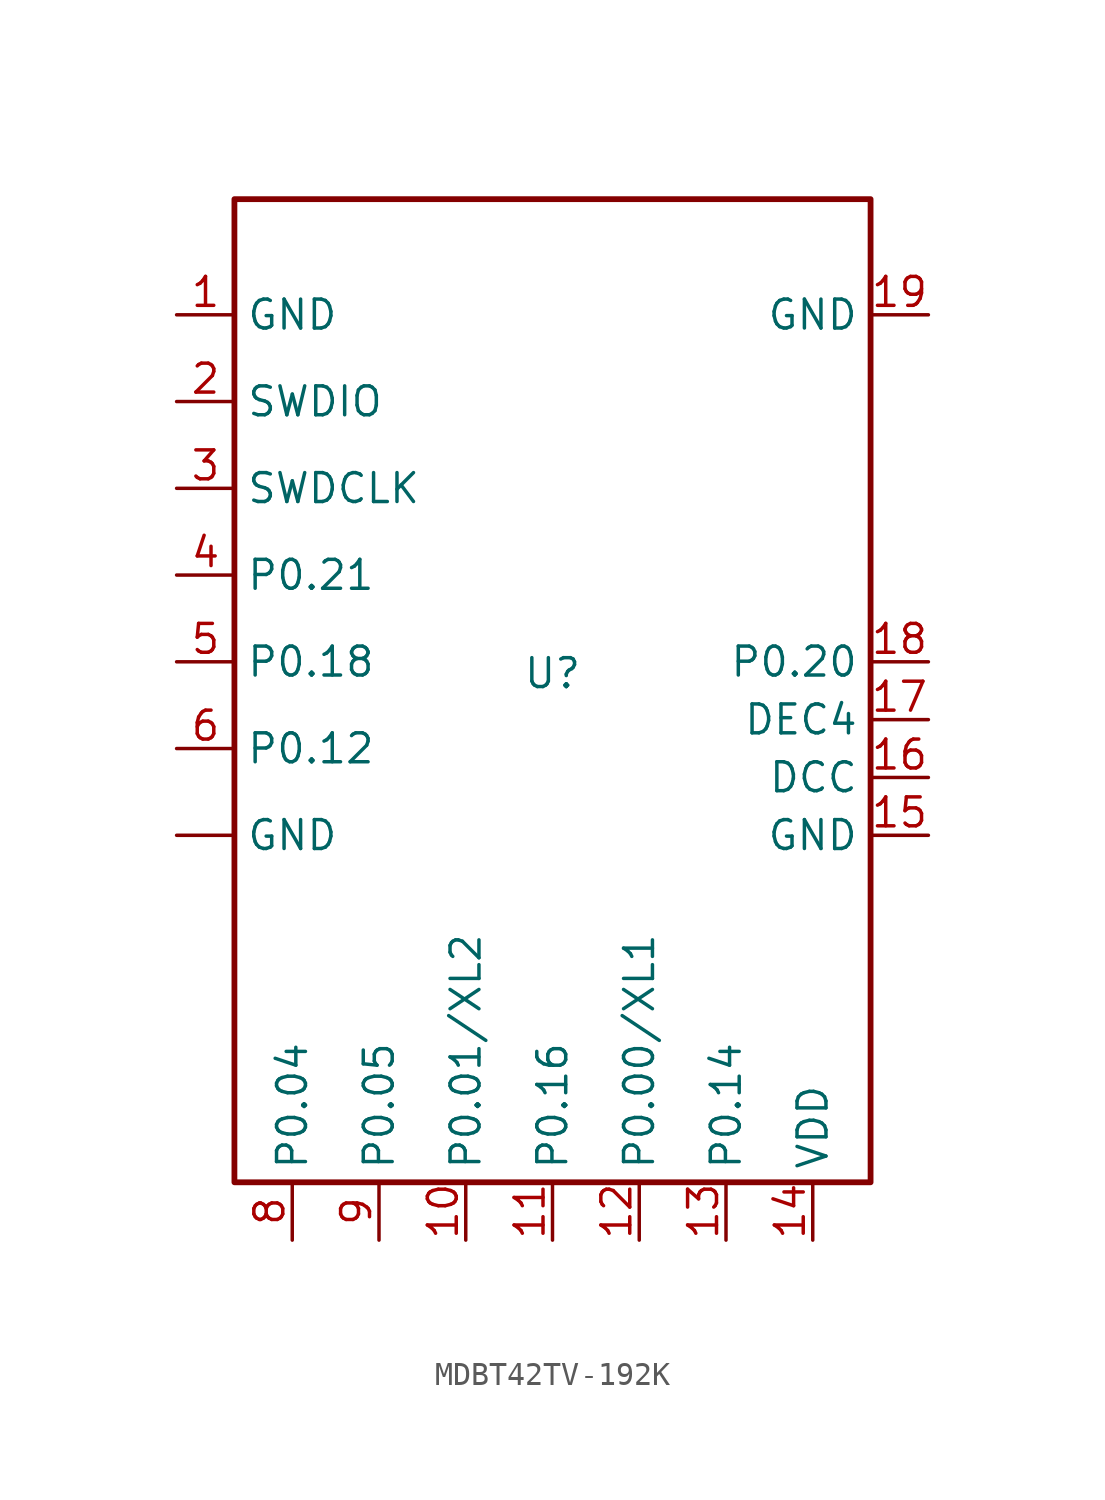
<source format=kicad_sym>
(kicad_symbol_lib
  (version 20231120)
  (generator "kicad_symbol_editor")
  (generator_version "8.0")
  (symbol "MDBT42TV-192K"
    (property "Reference" "U"
      (at 5.08 -15.748 0)
      (effects (font (size 1.27 1.27))))
    (property "Value" ""
      (at 0 0 0)
      (effects (font (size 1.27 1.27))))
    (symbol "MDBT42TV-192K_0_1"
      (rectangle (start -8.89 5.08) (end 19.05 -38.1) (stroke (width 0.254) (type default)) (fill (type none))))
    (symbol "MDBT42TV-192K_1_1"
      (pin input line (at -11.43 -22.86 0) (length 2.54) (name "GND" (effects (font (size 1.27 1.27)))) (number "" (effects (font (size 1.27 1.27)))))
      (pin input line (at -11.43 0 0) (length 2.54) (name "GND" (effects (font (size 1.27 1.27)))) (number "1" (effects (font (size 1.27 1.27)))))
      (pin input line (at 1.27 -40.64 90) (length 2.54) (name "P0.01/XL2" (effects (font (size 1.27 1.27)))) (number "10" (effects (font (size 1.27 1.27)))))
      (pin input line (at 5.08 -40.64 90) (length 2.54) (name "P0.16" (effects (font (size 1.27 1.27)))) (number "11" (effects (font (size 1.27 1.27)))))
      (pin input line (at 8.89 -40.64 90) (length 2.54) (name "P0.00/XL1" (effects (font (size 1.27 1.27)))) (number "12" (effects (font (size 1.27 1.27)))))
      (pin input line (at 12.7 -40.64 90) (length 2.54) (name "P0.14" (effects (font (size 1.27 1.27)))) (number "13" (effects (font (size 1.27 1.27)))))
      (pin input line (at 16.51 -40.64 90) (length 2.54) (name "VDD" (effects (font (size 1.27 1.27)))) (number "14" (effects (font (size 1.27 1.27)))))
      (pin input line (at 21.59 -22.86 180) (length 2.54) (name "GND" (effects (font (size 1.27 1.27)))) (number "15" (effects (font (size 1.27 1.27)))))
      (pin input line (at 21.59 -20.32 180) (length 2.54) (name "DCC" (effects (font (size 1.27 1.27)))) (number "16" (effects (font (size 1.27 1.27)))))
      (pin input line (at 21.59 -17.78 180) (length 2.54) (name "DEC4" (effects (font (size 1.27 1.27)))) (number "17" (effects (font (size 1.27 1.27)))))
      (pin input line (at 21.59 -15.24 180) (length 2.54) (name "P0.20" (effects (font (size 1.27 1.27)))) (number "18" (effects (font (size 1.27 1.27)))))
      (pin input line (at 21.59 0 180) (length 2.54) (name "GND" (effects (font (size 1.27 1.27)))) (number "19" (effects (font (size 1.27 1.27)))))
      (pin input line (at -11.43 -3.81 0) (length 2.54) (name "SWDIO" (effects (font (size 1.27 1.27)))) (number "2" (effects (font (size 1.27 1.27)))))
      (pin input line (at -11.43 -7.62 0) (length 2.54) (name "SWDCLK" (effects (font (size 1.27 1.27)))) (number "3" (effects (font (size 1.27 1.27)))))
      (pin input line (at -11.43 -11.43 0) (length 2.54) (name "P0.21" (effects (font (size 1.27 1.27)))) (number "4" (effects (font (size 1.27 1.27)))))
      (pin input line (at -11.43 -15.24 0) (length 2.54) (name "P0.18" (effects (font (size 1.27 1.27)))) (number "5" (effects (font (size 1.27 1.27)))))
      (pin input line (at -11.43 -19.05 0) (length 2.54) (name "P0.12" (effects (font (size 1.27 1.27)))) (number "6" (effects (font (size 1.27 1.27)))))
      (pin input line (at -6.35 -40.64 90) (length 2.54) (name "P0.04" (effects (font (size 1.27 1.27)))) (number "8" (effects (font (size 1.27 1.27)))))
      (pin input line (at -2.54 -40.64 90) (length 2.54) (name "P0.05" (effects (font (size 1.27 1.27)))) (number "9" (effects (font (size 1.27 1.27))))))))
</source>
